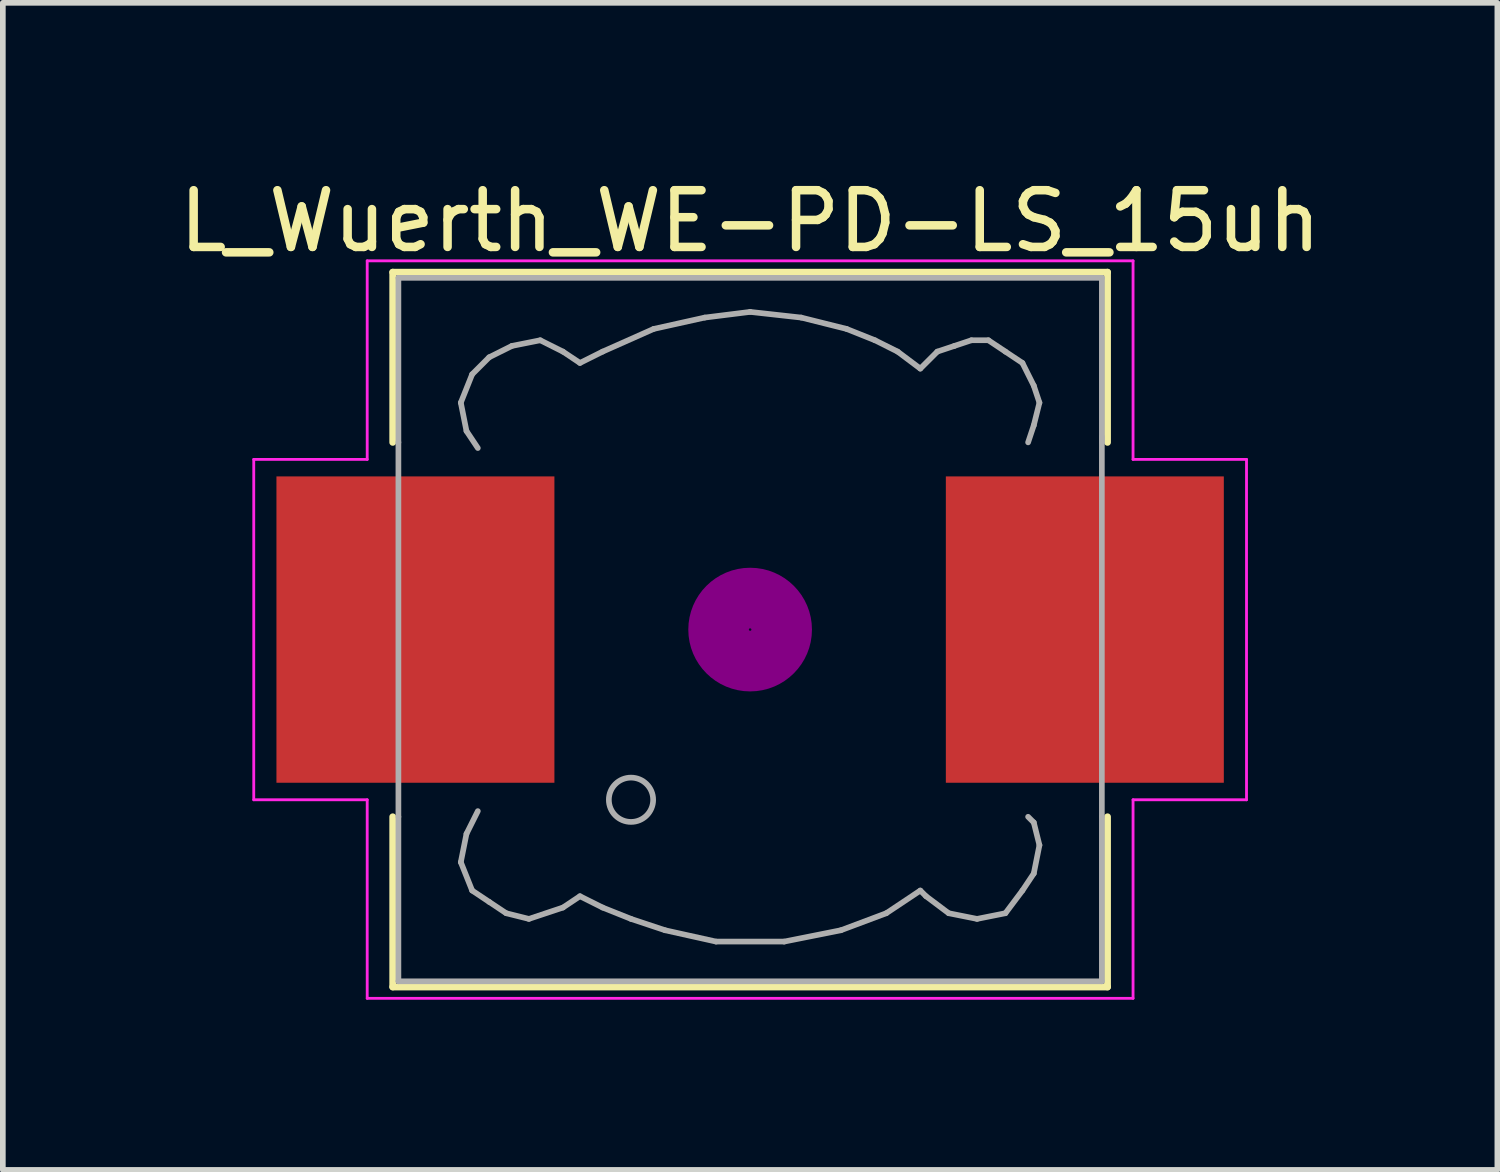
<source format=kicad_pcb>
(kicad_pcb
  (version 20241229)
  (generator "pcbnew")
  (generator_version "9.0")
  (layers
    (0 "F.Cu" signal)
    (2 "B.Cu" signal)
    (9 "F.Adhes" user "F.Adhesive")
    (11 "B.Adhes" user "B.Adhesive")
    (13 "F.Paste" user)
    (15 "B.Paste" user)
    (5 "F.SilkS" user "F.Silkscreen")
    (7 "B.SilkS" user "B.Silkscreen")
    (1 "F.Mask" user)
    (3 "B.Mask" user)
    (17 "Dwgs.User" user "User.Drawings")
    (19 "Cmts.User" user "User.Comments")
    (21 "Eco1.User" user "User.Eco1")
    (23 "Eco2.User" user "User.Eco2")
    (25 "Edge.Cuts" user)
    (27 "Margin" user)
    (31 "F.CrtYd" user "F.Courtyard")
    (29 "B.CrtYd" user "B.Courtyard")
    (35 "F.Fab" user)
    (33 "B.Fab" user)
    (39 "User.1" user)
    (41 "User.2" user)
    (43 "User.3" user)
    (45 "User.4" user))
  (footprint "L_Wuerth_WE-PD-LS_15uh"
    (layer "F.Cu")
    (at 10.173 8.048)
    (property "Reference" "L_Wuerth_WE-PD-LS_15uh" (at 0 -7.2 0) (layer "F.SilkS") (effects (font (size 1 1) (thickness 0.15))))
    (attr smd)
    (fp_line (start -6.3 -6.3) (end 6.3 -6.3) (stroke (width 0.12) (type solid)) (layer "F.SilkS"))
    (fp_line (start -6.3 -3.3) (end -6.3 -6.3) (stroke (width 0.12) (type solid)) (layer "F.SilkS"))
    (fp_line (start -6.3 6.3) (end -6.3 3.3) (stroke (width 0.12) (type solid)) (layer "F.SilkS"))
    (fp_line (start 6.3 -6.3) (end 6.3 -3.3) (stroke (width 0.12) (type solid)) (layer "F.SilkS"))
    (fp_line (start 6.3 3.3) (end 6.3 6.3) (stroke (width 0.12) (type solid)) (layer "F.SilkS"))
    (fp_line (start 6.3 6.3) (end -6.3 6.3) (stroke (width 0.12) (type solid)) (layer "F.SilkS"))
    (fp_circle (center 0 0) (end 0.15 0.15) (stroke (width 0.38) (type solid)) (fill no) (layer "F.Adhes"))
    (fp_circle (center 0 0) (end 0.55 0) (stroke (width 0.38) (type solid)) (fill no) (layer "F.Adhes"))
    (fp_circle (center 0 0) (end 0.9 0) (stroke (width 0.38) (type solid)) (fill no) (layer "F.Adhes"))
    (fp_line (start -8.75 -3) (end -6.75 -3) (stroke (width 0.05) (type solid)) (layer "F.CrtYd"))
    (fp_line (start -8.75 3) (end -8.75 -3) (stroke (width 0.05) (type solid)) (layer "F.CrtYd"))
    (fp_line (start -6.75 -6.5) (end 6.75 -6.5) (stroke (width 0.05) (type solid)) (layer "F.CrtYd"))
    (fp_line (start -6.75 -3) (end -6.75 -6.5) (stroke (width 0.05) (type solid)) (layer "F.CrtYd"))
    (fp_line (start -6.75 3) (end -8.75 3) (stroke (width 0.05) (type solid)) (layer "F.CrtYd"))
    (fp_line (start -6.75 6.5) (end -6.75 3) (stroke (width 0.05) (type solid)) (layer "F.CrtYd"))
    (fp_line (start 6.75 -6.5) (end 6.75 -3) (stroke (width 0.05) (type solid)) (layer "F.CrtYd"))
    (fp_line (start 6.75 -3) (end 8.75 -3) (stroke (width 0.05) (type solid)) (layer "F.CrtYd"))
    (fp_line (start 6.75 3) (end 6.75 6.5) (stroke (width 0.05) (type solid)) (layer "F.CrtYd"))
    (fp_line (start 6.75 6.5) (end -6.75 6.5) (stroke (width 0.05) (type solid)) (layer "F.CrtYd"))
    (fp_line (start 8.75 -3) (end 8.75 3) (stroke (width 0.05) (type solid)) (layer "F.CrtYd"))
    (fp_line (start 8.75 3) (end 6.75 3) (stroke (width 0.05) (type solid)) (layer "F.CrtYd"))
    (fp_line (start -6.2 -6.2) (end -6.2 -3.3) (stroke (width 0.1) (type solid)) (layer "F.Fab"))
    (fp_line (start -6.2 -3.3) (end -6.2 3.3) (stroke (width 0.1) (type solid)) (layer "F.Fab"))
    (fp_line (start -6.2 3.3) (end -6.2 6.2) (stroke (width 0.1) (type solid)) (layer "F.Fab"))
    (fp_line (start -6.2 6.2) (end 6.2 6.2) (stroke (width 0.1) (type solid)) (layer "F.Fab"))
    (fp_line (start -5.1 -4) (end -5 -3.5) (stroke (width 0.1) (type solid)) (layer "F.Fab"))
    (fp_line (start -5.1 4.1) (end -5 3.6) (stroke (width 0.1) (type solid)) (layer "F.Fab"))
    (fp_line (start -5 -3.5) (end -4.8 -3.2) (stroke (width 0.1) (type solid)) (layer "F.Fab"))
    (fp_line (start -5 3.6) (end -4.8 3.2) (stroke (width 0.1) (type solid)) (layer "F.Fab"))
    (fp_line (start -4.9 -4.5) (end -5.1 -4) (stroke (width 0.1) (type solid)) (layer "F.Fab"))
    (fp_line (start -4.9 4.6) (end -5.1 4.1) (stroke (width 0.1) (type solid)) (layer "F.Fab"))
    (fp_line (start -4.6 -4.8) (end -4.9 -4.5) (stroke (width 0.1) (type solid)) (layer "F.Fab"))
    (fp_line (start -4.6 4.8) (end -4.9 4.6) (stroke (width 0.1) (type solid)) (layer "F.Fab"))
    (fp_line (start -4.3 5) (end -4.6 4.8) (stroke (width 0.1) (type solid)) (layer "F.Fab"))
    (fp_line (start -4.2 -5) (end -4.6 -4.8) (stroke (width 0.1) (type solid)) (layer "F.Fab"))
    (fp_line (start -3.9 5.1) (end -4.3 5) (stroke (width 0.1) (type solid)) (layer "F.Fab"))
    (fp_line (start -3.7 -5.1) (end -4.2 -5) (stroke (width 0.1) (type solid)) (layer "F.Fab"))
    (fp_line (start -3.3 -4.9) (end -3.7 -5.1) (stroke (width 0.1) (type solid)) (layer "F.Fab"))
    (fp_line (start -3.3 4.9) (end -3.9 5.1) (stroke (width 0.1) (type solid)) (layer "F.Fab"))
    (fp_line (start -3 -4.7) (end -3.3 -4.9) (stroke (width 0.1) (type solid)) (layer "F.Fab"))
    (fp_line (start -3 4.7) (end -3.3 4.9) (stroke (width 0.1) (type solid)) (layer "F.Fab"))
    (fp_line (start -2.6 -4.9) (end -3 -4.7) (stroke (width 0.1) (type solid)) (layer "F.Fab"))
    (fp_line (start -2.6 4.9) (end -3 4.7) (stroke (width 0.1) (type solid)) (layer "F.Fab"))
    (fp_line (start -2.1 5.1) (end -2.6 4.9) (stroke (width 0.1) (type solid)) (layer "F.Fab"))
    (fp_line (start -1.7 -5.3) (end -2.6 -4.9) (stroke (width 0.1) (type solid)) (layer "F.Fab"))
    (fp_line (start -1.5 5.3) (end -2.1 5.1) (stroke (width 0.1) (type solid)) (layer "F.Fab"))
    (fp_line (start -0.8 -5.5) (end -1.7 -5.3) (stroke (width 0.1) (type solid)) (layer "F.Fab"))
    (fp_line (start -0.6 5.5) (end -1.5 5.3) (stroke (width 0.1) (type solid)) (layer "F.Fab"))
    (fp_line (start 0 -5.6) (end -0.8 -5.5) (stroke (width 0.1) (type solid)) (layer "F.Fab"))
    (fp_line (start 0.6 5.5) (end -0.6 5.5) (stroke (width 0.1) (type solid)) (layer "F.Fab"))
    (fp_line (start 0.9 -5.5) (end 0 -5.6) (stroke (width 0.1) (type solid)) (layer "F.Fab"))
    (fp_line (start 1.6 5.3) (end 0.6 5.5) (stroke (width 0.1) (type solid)) (layer "F.Fab"))
    (fp_line (start 1.7 -5.3) (end 0.9 -5.5) (stroke (width 0.1) (type solid)) (layer "F.Fab"))
    (fp_line (start 2.2 -5.1) (end 1.7 -5.3) (stroke (width 0.1) (type solid)) (layer "F.Fab"))
    (fp_line (start 2.4 5) (end 1.6 5.3) (stroke (width 0.1) (type solid)) (layer "F.Fab"))
    (fp_line (start 2.6 -4.9) (end 2.2 -5.1) (stroke (width 0.1) (type solid)) (layer "F.Fab"))
    (fp_line (start 3 -4.6) (end 2.6 -4.9) (stroke (width 0.1) (type solid)) (layer "F.Fab"))
    (fp_line (start 3 4.6) (end 2.4 5) (stroke (width 0.1) (type solid)) (layer "F.Fab"))
    (fp_line (start 3.1 4.7) (end 3 4.6) (stroke (width 0.1) (type solid)) (layer "F.Fab"))
    (fp_line (start 3.3 -4.9) (end 3 -4.6) (stroke (width 0.1) (type solid)) (layer "F.Fab"))
    (fp_line (start 3.5 5) (end 3.1 4.7) (stroke (width 0.1) (type solid)) (layer "F.Fab"))
    (fp_line (start 3.6 -5) (end 3.3 -4.9) (stroke (width 0.1) (type solid)) (layer "F.Fab"))
    (fp_line (start 3.9 -5.1) (end 3.6 -5) (stroke (width 0.1) (type solid)) (layer "F.Fab"))
    (fp_line (start 4 5.1) (end 3.5 5) (stroke (width 0.1) (type solid)) (layer "F.Fab"))
    (fp_line (start 4.2 -5.1) (end 3.9 -5.1) (stroke (width 0.1) (type solid)) (layer "F.Fab"))
    (fp_line (start 4.5 -4.9) (end 4.2 -5.1) (stroke (width 0.1) (type solid)) (layer "F.Fab"))
    (fp_line (start 4.5 5) (end 4 5.1) (stroke (width 0.1) (type solid)) (layer "F.Fab"))
    (fp_line (start 4.8 -4.7) (end 4.5 -4.9) (stroke (width 0.1) (type solid)) (layer "F.Fab"))
    (fp_line (start 4.8 4.6) (end 4.5 5) (stroke (width 0.1) (type solid)) (layer "F.Fab"))
    (fp_line (start 4.9 -3.3) (end 5 -3.6) (stroke (width 0.1) (type solid)) (layer "F.Fab"))
    (fp_line (start 4.9 3.3) (end 5 3.4) (stroke (width 0.1) (type solid)) (layer "F.Fab"))
    (fp_line (start 5 -4.3) (end 4.8 -4.7) (stroke (width 0.1) (type solid)) (layer "F.Fab"))
    (fp_line (start 5 -3.6) (end 5.1 -4) (stroke (width 0.1) (type solid)) (layer "F.Fab"))
    (fp_line (start 5 3.4) (end 5.1 3.8) (stroke (width 0.1) (type solid)) (layer "F.Fab"))
    (fp_line (start 5 4.3) (end 4.8 4.6) (stroke (width 0.1) (type solid)) (layer "F.Fab"))
    (fp_line (start 5.1 -4) (end 5 -4.3) (stroke (width 0.1) (type solid)) (layer "F.Fab"))
    (fp_line (start 5.1 3.8) (end 5 4.3) (stroke (width 0.1) (type solid)) (layer "F.Fab"))
    (fp_line (start 6.2 -6.2) (end -6.2 -6.2) (stroke (width 0.1) (type solid)) (layer "F.Fab"))
    (fp_line (start 6.2 -6.2) (end 6.2 -3.3) (stroke (width 0.1) (type solid)) (layer "F.Fab"))
    (fp_line (start 6.2 3.3) (end 6.2 -3.4) (stroke (width 0.1) (type solid)) (layer "F.Fab"))
    (fp_line (start 6.2 6.2) (end 6.2 3.3) (stroke (width 0.1) (type solid)) (layer "F.Fab"))
    (fp_circle (center -2.1 3) (end -1.8 3.25) (stroke (width 0.1) (type solid)) (fill no) (layer "F.Fab"))
    (pad "1" smd rect (at -5.9 0) (size 4.9 5.4) (layers "F.Cu" "F.Mask" "F.Paste"))
    (pad "2" smd rect (at 5.9 0) (size 4.9 5.4) (layers "F.Cu" "F.Mask" "F.Paste")))
  (gr_rect
    (start -3 -3)
    (end 23.345 17.573)
    (stroke (width 0.1) (type default))
    (fill no)
    (layer "Edge.Cuts")))
</source>
